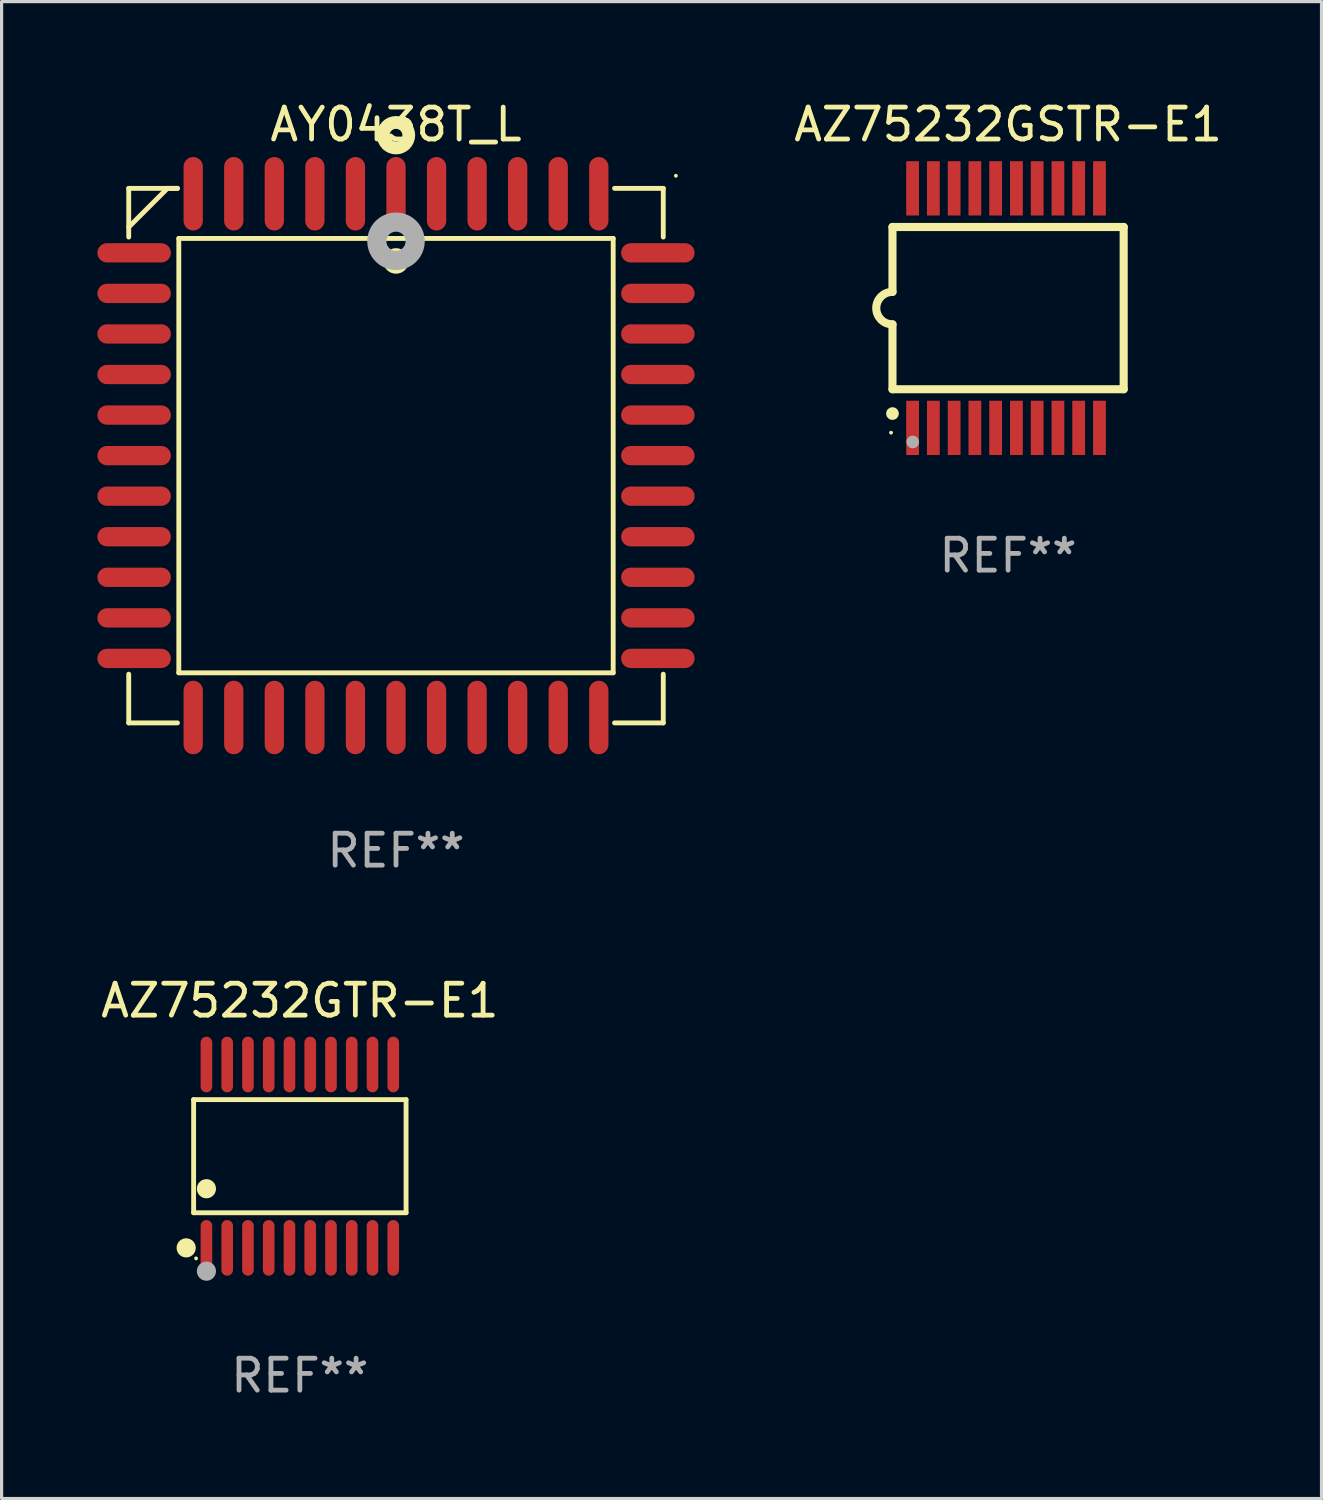
<source format=kicad_pcb>
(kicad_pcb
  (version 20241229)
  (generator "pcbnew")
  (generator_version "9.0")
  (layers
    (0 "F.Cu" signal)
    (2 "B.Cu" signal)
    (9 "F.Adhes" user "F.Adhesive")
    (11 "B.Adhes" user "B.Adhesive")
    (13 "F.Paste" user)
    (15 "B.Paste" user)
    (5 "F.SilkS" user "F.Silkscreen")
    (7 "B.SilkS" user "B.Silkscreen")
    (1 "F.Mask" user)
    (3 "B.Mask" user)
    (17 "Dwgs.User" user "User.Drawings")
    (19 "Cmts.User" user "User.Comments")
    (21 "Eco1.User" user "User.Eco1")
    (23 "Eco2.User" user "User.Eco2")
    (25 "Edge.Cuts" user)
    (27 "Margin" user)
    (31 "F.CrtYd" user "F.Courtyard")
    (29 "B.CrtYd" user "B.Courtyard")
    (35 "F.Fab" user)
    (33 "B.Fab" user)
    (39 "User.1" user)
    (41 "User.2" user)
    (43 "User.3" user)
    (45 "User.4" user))
  (footprint "AY0438T_L"
    (layer "F.Cu")
    (at 9.35 11.217)
    (property "Reference" "AY0438T_L" (at 0 -10.369 0) (layer "F.SilkS") (effects (font (size 1 1) (thickness 0.15))))
    (attr through_hole)
    (fp_line (start -8.369 -8.369) (end -8.369 -6.843) (stroke (width 0.152) (type solid)) (layer "F.SilkS"))
    (fp_line (start -8.369 8.369) (end -8.369 6.843) (stroke (width 0.152) (type solid)) (layer "F.SilkS"))
    (fp_line (start -7.156 -8.369) (end -8.369 -7.156) (stroke (width 0.152) (type solid)) (layer "F.SilkS"))
    (fp_line (start -6.843 -8.369) (end -8.369 -8.369) (stroke (width 0.152) (type solid)) (layer "F.SilkS"))
    (fp_line (start -6.843 -8.369) (end -7.156 -8.369) (stroke (width 0.152) (type solid)) (layer "F.SilkS"))
    (fp_line (start -6.843 8.369) (end -8.369 8.369) (stroke (width 0.152) (type solid)) (layer "F.SilkS"))
    (fp_line (start -6.801 -6.801) (end 6.801 -6.801) (stroke (width 0.152) (type solid)) (layer "F.SilkS"))
    (fp_line (start -6.801 6.801) (end -6.801 -6.801) (stroke (width 0.152) (type solid)) (layer "F.SilkS"))
    (fp_line (start 6.801 -6.801) (end 6.801 6.801) (stroke (width 0.152) (type solid)) (layer "F.SilkS"))
    (fp_line (start 6.801 6.801) (end -6.801 6.801) (stroke (width 0.152) (type solid)) (layer "F.SilkS"))
    (fp_line (start 6.843 -8.369) (end 8.369 -8.369) (stroke (width 0.152) (type solid)) (layer "F.SilkS"))
    (fp_line (start 6.843 8.369) (end 8.369 8.369) (stroke (width 0.152) (type solid)) (layer "F.SilkS"))
    (fp_line (start 8.369 -8.369) (end 8.369 -6.843) (stroke (width 0.152) (type solid)) (layer "F.SilkS"))
    (fp_line (start 8.369 8.369) (end 8.369 6.843) (stroke (width 0.152) (type solid)) (layer "F.SilkS"))
    (fp_circle (center -0.000013 -6.096) (end 0.2 -6.096) (stroke (width 0.4) (type solid)) (fill no) (layer "F.SilkS"))
    (fp_circle (center 0.000114 -10.033) (end 0.2 -10.033) (stroke (width 0.4) (type solid)) (fill no) (layer "F.SilkS"))
    (fp_circle (center 8.763 -8.763) (end 8.793 -8.763) (stroke (width 0.06) (type solid)) (fill no) (layer "F.SilkS"))
    (fp_circle (center 0.000114 -6.712) (end 0.3 -6.712) (stroke (width 0.6) (type solid)) (fill no) (layer "F.Fab"))
    (fp_text user "REF**" (at 0 12.369 0) (layer "F.Fab") (effects (font (size 1 1) (thickness 0.15))))
    (pad "1" smd oval (at 0.000114 -8.2) (size 0.604 2.3) (layers "F.Cu" "F.Mask" "F.Paste"))
    (pad "2" smd oval (at -1.27 -8.2) (size 0.604 2.3) (layers "F.Cu" "F.Mask" "F.Paste"))
    (pad "3" smd oval (at -2.54 -8.2) (size 0.604 2.3) (layers "F.Cu" "F.Mask" "F.Paste"))
    (pad "4" smd oval (at -3.81 -8.2) (size 0.604 2.3) (layers "F.Cu" "F.Mask" "F.Paste"))
    (pad "5" smd oval (at -5.08 -8.2) (size 0.604 2.3) (layers "F.Cu" "F.Mask" "F.Paste"))
    (pad "6" smd oval (at -6.35 -8.2) (size 0.604 2.3) (layers "F.Cu" "F.Mask" "F.Paste"))
    (pad "7" smd oval (at -8.2 -6.35) (size 2.3 0.604) (layers "F.Cu" "F.Mask" "F.Paste"))
    (pad "8" smd oval (at -8.2 -5.08) (size 2.3 0.604) (layers "F.Cu" "F.Mask" "F.Paste"))
    (pad "9" smd oval (at -8.2 -3.81) (size 2.3 0.604) (layers "F.Cu" "F.Mask" "F.Paste"))
    (pad "10" smd oval (at -8.2 -2.54) (size 2.3 0.604) (layers "F.Cu" "F.Mask" "F.Paste"))
    (pad "11" smd oval (at -8.2 -1.27) (size 2.3 0.604) (layers "F.Cu" "F.Mask" "F.Paste"))
    (pad "12" smd oval (at -8.2 0.000127) (size 2.3 0.604) (layers "F.Cu" "F.Mask" "F.Paste"))
    (pad "13" smd oval (at -8.2 1.27) (size 2.3 0.604) (layers "F.Cu" "F.Mask" "F.Paste"))
    (pad "14" smd oval (at -8.2 2.54) (size 2.3 0.604) (layers "F.Cu" "F.Mask" "F.Paste"))
    (pad "15" smd oval (at -8.2 3.81) (size 2.3 0.604) (layers "F.Cu" "F.Mask" "F.Paste"))
    (pad "16" smd oval (at -8.2 5.08) (size 2.3 0.604) (layers "F.Cu" "F.Mask" "F.Paste"))
    (pad "17" smd oval (at -8.2 6.35) (size 2.3 0.604) (layers "F.Cu" "F.Mask" "F.Paste"))
    (pad "18" smd oval (at -6.35 8.2) (size 0.604 2.3) (layers "F.Cu" "F.Mask" "F.Paste"))
    (pad "19" smd oval (at -5.08 8.2) (size 0.604 2.3) (layers "F.Cu" "F.Mask" "F.Paste"))
    (pad "20" smd oval (at -3.81 8.2) (size 0.604 2.3) (layers "F.Cu" "F.Mask" "F.Paste"))
    (pad "21" smd oval (at -2.54 8.2) (size 0.604 2.3) (layers "F.Cu" "F.Mask" "F.Paste"))
    (pad "22" smd oval (at -1.27 8.2) (size 0.604 2.3) (layers "F.Cu" "F.Mask" "F.Paste"))
    (pad "23" smd oval (at 0.000114 8.2) (size 0.604 2.3) (layers "F.Cu" "F.Mask" "F.Paste"))
    (pad "24" smd oval (at 1.27 8.2) (size 0.604 2.3) (layers "F.Cu" "F.Mask" "F.Paste"))
    (pad "25" smd oval (at 2.54 8.2) (size 0.604 2.3) (layers "F.Cu" "F.Mask" "F.Paste"))
    (pad "26" smd oval (at 3.81 8.2) (size 0.604 2.3) (layers "F.Cu" "F.Mask" "F.Paste"))
    (pad "27" smd oval (at 5.08 8.2) (size 0.604 2.3) (layers "F.Cu" "F.Mask" "F.Paste"))
    (pad "28" smd oval (at 6.35 8.2) (size 0.604 2.3) (layers "F.Cu" "F.Mask" "F.Paste"))
    (pad "29" smd oval (at 8.2 6.35) (size 2.3 0.604) (layers "F.Cu" "F.Mask" "F.Paste"))
    (pad "30" smd oval (at 8.2 5.08) (size 2.3 0.604) (layers "F.Cu" "F.Mask" "F.Paste"))
    (pad "31" smd oval (at 8.2 3.81) (size 2.3 0.604) (layers "F.Cu" "F.Mask" "F.Paste"))
    (pad "32" smd oval (at 8.2 2.54) (size 2.3 0.604) (layers "F.Cu" "F.Mask" "F.Paste"))
    (pad "33" smd oval (at 8.2 1.27) (size 2.3 0.604) (layers "F.Cu" "F.Mask" "F.Paste"))
    (pad "34" smd oval (at 8.2 0.000127) (size 2.3 0.604) (layers "F.Cu" "F.Mask" "F.Paste"))
    (pad "35" smd oval (at 8.2 -1.27) (size 2.3 0.604) (layers "F.Cu" "F.Mask" "F.Paste"))
    (pad "36" smd oval (at 8.2 -2.54) (size 2.3 0.604) (layers "F.Cu" "F.Mask" "F.Paste"))
    (pad "37" smd oval (at 8.2 -3.81) (size 2.3 0.604) (layers "F.Cu" "F.Mask" "F.Paste"))
    (pad "38" smd oval (at 8.2 -5.08) (size 2.3 0.604) (layers "F.Cu" "F.Mask" "F.Paste"))
    (pad "39" smd oval (at 8.2 -6.35) (size 2.3 0.604) (layers "F.Cu" "F.Mask" "F.Paste"))
    (pad "40" smd oval (at 6.35 -8.2) (size 0.604 2.3) (layers "F.Cu" "F.Mask" "F.Paste"))
    (pad "41" smd oval (at 5.08 -8.2) (size 0.604 2.3) (layers "F.Cu" "F.Mask" "F.Paste"))
    (pad "42" smd oval (at 3.81 -8.2) (size 0.604 2.3) (layers "F.Cu" "F.Mask" "F.Paste"))
    (pad "43" smd oval (at 2.54 -8.2) (size 0.604 2.3) (layers "F.Cu" "F.Mask" "F.Paste"))
    (pad "44" smd oval (at 1.27 -8.2) (size 0.604 2.3) (layers "F.Cu" "F.Mask" "F.Paste")))
  (footprint "AZ75232GTR-E1"
    (layer "F.Cu")
    (at 6.339 33.154)
    (property "Reference" "AZ75232GTR-E1" (at 0 -4.871 0) (layer "F.SilkS") (effects (font (size 1 1) (thickness 0.15))))
    (attr through_hole)
    (fp_line (start -3.326 -1.771) (end 3.326 -1.771) (stroke (width 0.152) (type solid)) (layer "F.SilkS"))
    (fp_line (start -3.326 1.771) (end -3.326 -1.771) (stroke (width 0.152) (type solid)) (layer "F.SilkS"))
    (fp_line (start 3.326 -1.771) (end 3.326 1.771) (stroke (width 0.152) (type solid)) (layer "F.SilkS"))
    (fp_line (start 3.326 1.771) (end -3.326 1.771) (stroke (width 0.152) (type solid)) (layer "F.SilkS"))
    (fp_circle (center -3.559 2.871) (end -3.409 2.871) (stroke (width 0.3) (type solid)) (fill no) (layer "F.SilkS"))
    (fp_circle (center -3.25 3.2) (end -3.22 3.2) (stroke (width 0.06) (type solid)) (fill no) (layer "F.SilkS"))
    (fp_circle (center -2.925 1.019) (end -2.775 1.019) (stroke (width 0.3) (type solid)) (fill no) (layer "F.SilkS"))
    (fp_circle (center -2.925 3.6) (end -2.775 3.6) (stroke (width 0.3) (type solid)) (fill no) (layer "F.Fab"))
    (fp_text user "REF**" (at 0 6.871 0) (layer "F.Fab") (effects (font (size 1 1) (thickness 0.15))))
    (pad "1" smd oval (at -2.925 2.871) (size 0.364 1.742) (layers "F.Cu" "F.Mask" "F.Paste"))
    (pad "2" smd oval (at -2.275 2.871) (size 0.364 1.742) (layers "F.Cu" "F.Mask" "F.Paste"))
    (pad "3" smd oval (at -1.625 2.871) (size 0.364 1.742) (layers "F.Cu" "F.Mask" "F.Paste"))
    (pad "4" smd oval (at -0.975 2.871) (size 0.364 1.742) (layers "F.Cu" "F.Mask" "F.Paste"))
    (pad "5" smd oval (at -0.325 2.871) (size 0.364 1.742) (layers "F.Cu" "F.Mask" "F.Paste"))
    (pad "6" smd oval (at 0.325 2.871) (size 0.364 1.742) (layers "F.Cu" "F.Mask" "F.Paste"))
    (pad "7" smd oval (at 0.975 2.871) (size 0.364 1.742) (layers "F.Cu" "F.Mask" "F.Paste"))
    (pad "8" smd oval (at 1.625 2.871) (size 0.364 1.742) (layers "F.Cu" "F.Mask" "F.Paste"))
    (pad "9" smd oval (at 2.275 2.871) (size 0.364 1.742) (layers "F.Cu" "F.Mask" "F.Paste"))
    (pad "10" smd oval (at 2.925 2.871) (size 0.364 1.742) (layers "F.Cu" "F.Mask" "F.Paste"))
    (pad "11" smd oval (at 2.925 -2.871) (size 0.364 1.742) (layers "F.Cu" "F.Mask" "F.Paste"))
    (pad "12" smd oval (at 2.275 -2.871) (size 0.364 1.742) (layers "F.Cu" "F.Mask" "F.Paste"))
    (pad "13" smd oval (at 1.625 -2.871) (size 0.364 1.742) (layers "F.Cu" "F.Mask" "F.Paste"))
    (pad "14" smd oval (at 0.975 -2.871) (size 0.364 1.742) (layers "F.Cu" "F.Mask" "F.Paste"))
    (pad "15" smd oval (at 0.325 -2.871) (size 0.364 1.742) (layers "F.Cu" "F.Mask" "F.Paste"))
    (pad "16" smd oval (at -0.325 -2.871) (size 0.364 1.742) (layers "F.Cu" "F.Mask" "F.Paste"))
    (pad "17" smd oval (at -0.975 -2.871) (size 0.364 1.742) (layers "F.Cu" "F.Mask" "F.Paste"))
    (pad "18" smd oval (at -1.625 -2.871) (size 0.364 1.742) (layers "F.Cu" "F.Mask" "F.Paste"))
    (pad "19" smd oval (at -2.275 -2.871) (size 0.364 1.742) (layers "F.Cu" "F.Mask" "F.Paste"))
    (pad "20" smd oval (at -2.925 -2.871) (size 0.364 1.742) (layers "F.Cu" "F.Mask" "F.Paste")))
  (footprint "AZ75232GSTR-E1"
    (layer "F.Cu")
    (at 28.516 6.598)
    (property "Reference" "AZ75232GSTR-E1" (at 0 -5.75 0) (layer "F.SilkS") (effects (font (size 1 1) (thickness 0.15))))
    (attr through_hole)
    (fp_line (start -3.62 -2.54) (end 3.62 -2.54) (stroke (width 0.254) (type solid)) (layer "F.SilkS"))
    (fp_line (start -3.62 -0.508) (end -3.62 -2.54) (stroke (width 0.254) (type solid)) (layer "F.SilkS"))
    (fp_line (start -3.62 2.54) (end -3.62 0.508) (stroke (width 0.254) (type solid)) (layer "F.SilkS"))
    (fp_line (start 3.62 -2.54) (end 3.62 2.54) (stroke (width 0.254) (type solid)) (layer "F.SilkS"))
    (fp_line (start 3.62 2.54) (end -3.62 2.54) (stroke (width 0.254) (type solid)) (layer "F.SilkS"))
    (fp_arc (start -3.619507 0.508052) (mid -4.125607 0.000051) (end -3.619507 -0.50795) (stroke (width 0.254001) (type solid)) (layer "F.SilkS"))
    (fp_circle (center -3.664 3.9) (end -3.634 3.9) (stroke (width 0.06) (type solid)) (fill no) (layer "F.SilkS"))
    (fp_circle (center -3.62 3.302) (end -3.52 3.302) (stroke (width 0.2) (type solid)) (fill no) (layer "F.SilkS"))
    (fp_circle (center -2.985 4.191) (end -2.885 4.191) (stroke (width 0.2) (type solid)) (fill no) (layer "F.Fab"))
    (fp_text user "REF**" (at 0 7.75 0) (layer "F.Fab") (effects (font (size 1 1) (thickness 0.15))))
    (pad "1" smd rect (at -2.989 3.75) (size 0.4 1.7) (layers "F.Cu" "F.Mask" "F.Paste"))
    (pad "2" smd rect (at -2.339 3.75) (size 0.4 1.7) (layers "F.Cu" "F.Mask" "F.Paste"))
    (pad "3" smd rect (at -1.689 3.75) (size 0.4 1.7) (layers "F.Cu" "F.Mask" "F.Paste"))
    (pad "4" smd rect (at -1.039 3.75) (size 0.4 1.7) (layers "F.Cu" "F.Mask" "F.Paste"))
    (pad "5" smd rect (at -0.389 3.75) (size 0.4 1.7) (layers "F.Cu" "F.Mask" "F.Paste"))
    (pad "6" smd rect (at 0.261 3.75) (size 0.4 1.7) (layers "F.Cu" "F.Mask" "F.Paste"))
    (pad "7" smd rect (at 0.911 3.75) (size 0.4 1.7) (layers "F.Cu" "F.Mask" "F.Paste"))
    (pad "8" smd rect (at 1.561 3.75) (size 0.4 1.7) (layers "F.Cu" "F.Mask" "F.Paste"))
    (pad "9" smd rect (at 2.211 3.75) (size 0.4 1.7) (layers "F.Cu" "F.Mask" "F.Paste"))
    (pad "10" smd rect (at 2.862 3.75) (size 0.4 1.7) (layers "F.Cu" "F.Mask" "F.Paste"))
    (pad "11" smd rect (at 2.862 -3.75) (size 0.4 1.7) (layers "F.Cu" "F.Mask" "F.Paste"))
    (pad "12" smd rect (at 2.211 -3.75) (size 0.4 1.7) (layers "F.Cu" "F.Mask" "F.Paste"))
    (pad "13" smd rect (at 1.561 -3.75) (size 0.4 1.7) (layers "F.Cu" "F.Mask" "F.Paste"))
    (pad "14" smd rect (at 0.911 -3.75) (size 0.4 1.7) (layers "F.Cu" "F.Mask" "F.Paste"))
    (pad "15" smd rect (at 0.261 -3.75) (size 0.4 1.7) (layers "F.Cu" "F.Mask" "F.Paste"))
    (pad "16" smd rect (at -0.389 -3.75) (size 0.4 1.7) (layers "F.Cu" "F.Mask" "F.Paste"))
    (pad "17" smd rect (at -1.039 -3.75) (size 0.4 1.7) (layers "F.Cu" "F.Mask" "F.Paste"))
    (pad "18" smd rect (at -1.689 -3.75) (size 0.4 1.7) (layers "F.Cu" "F.Mask" "F.Paste"))
    (pad "19" smd rect (at -2.339 -3.75) (size 0.4 1.7) (layers "F.Cu" "F.Mask" "F.Paste"))
    (pad "20" smd rect (at -2.989 -3.75) (size 0.4 1.7) (layers "F.Cu" "F.Mask" "F.Paste")))
  (gr_rect
    (start -3 -3)
    (end 38.331 43.873)
    (stroke (width 0.1) (type default))
    (fill no)
    (layer "Edge.Cuts")))
</source>
